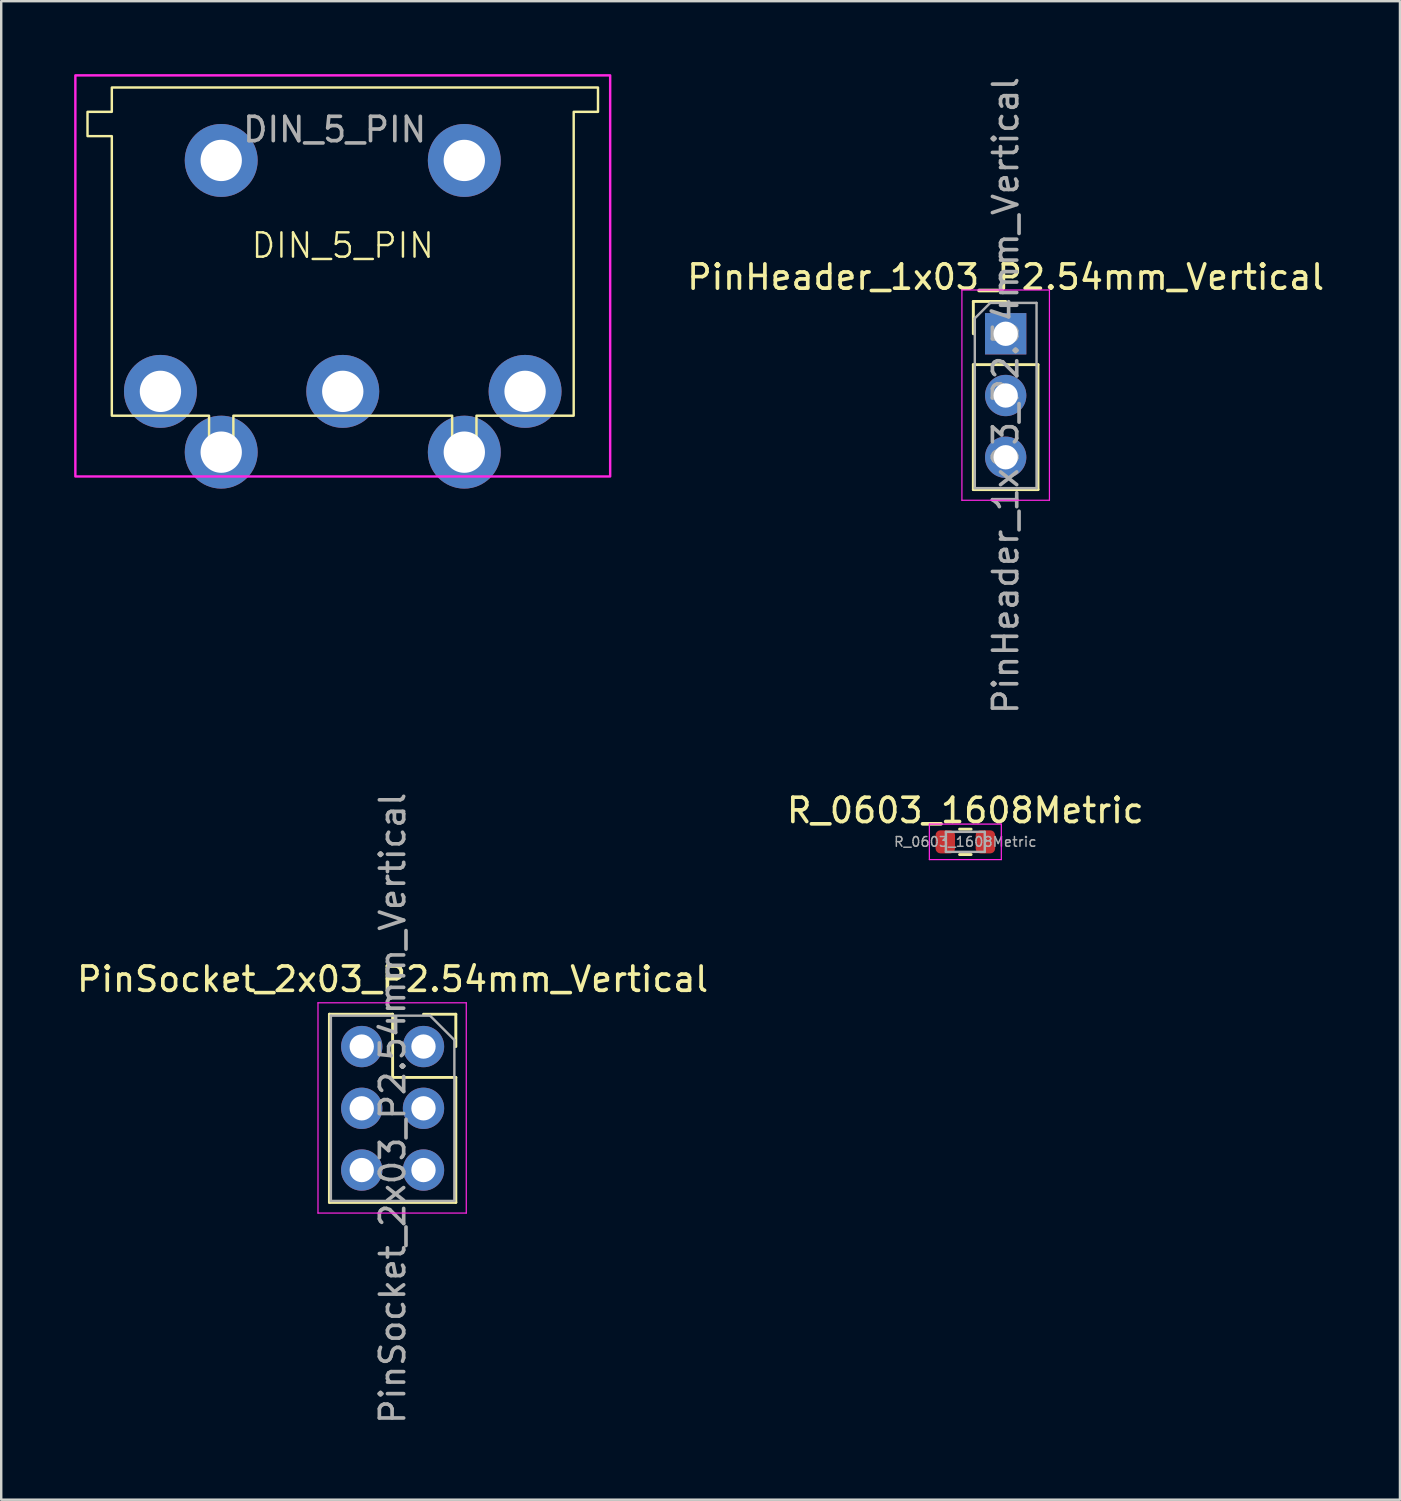
<source format=kicad_pcb>
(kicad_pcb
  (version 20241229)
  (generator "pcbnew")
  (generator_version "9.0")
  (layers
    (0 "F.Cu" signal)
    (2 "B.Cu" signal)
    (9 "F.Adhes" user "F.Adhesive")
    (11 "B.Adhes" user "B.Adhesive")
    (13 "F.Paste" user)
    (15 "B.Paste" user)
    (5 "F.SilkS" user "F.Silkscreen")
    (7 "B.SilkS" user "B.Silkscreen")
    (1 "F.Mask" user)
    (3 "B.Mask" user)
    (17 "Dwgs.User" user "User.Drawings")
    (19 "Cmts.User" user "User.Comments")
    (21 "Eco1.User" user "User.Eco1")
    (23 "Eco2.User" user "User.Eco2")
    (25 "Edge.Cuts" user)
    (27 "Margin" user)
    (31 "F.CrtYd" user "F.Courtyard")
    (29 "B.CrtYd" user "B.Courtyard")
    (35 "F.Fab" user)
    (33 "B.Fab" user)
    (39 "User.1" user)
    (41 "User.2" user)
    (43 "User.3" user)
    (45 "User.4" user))
  (footprint "PinSocket_2x03_P2.54mm_Vertical"
    (layer "F.Cu")
    (at 14.371 40.002)
    (property "Reference" "PinSocket_2x03_P2.54mm_Vertical" (at -1.27 -2.77 0) (layer "F.SilkS") (effects (font (size 1 1) (thickness 0.15))))
    (attr through_hole)
    (fp_line (start -3.87 -1.33) (end -3.87 6.41) (stroke (width 0.12) (type solid)) (layer "F.SilkS"))
    (fp_line (start -3.87 -1.33) (end -1.27 -1.33) (stroke (width 0.12) (type solid)) (layer "F.SilkS"))
    (fp_line (start -3.87 6.41) (end 1.33 6.41) (stroke (width 0.12) (type solid)) (layer "F.SilkS"))
    (fp_line (start -1.27 -1.33) (end -1.27 1.27) (stroke (width 0.12) (type solid)) (layer "F.SilkS"))
    (fp_line (start -1.27 1.27) (end 1.33 1.27) (stroke (width 0.12) (type solid)) (layer "F.SilkS"))
    (fp_line (start 0 -1.33) (end 1.33 -1.33) (stroke (width 0.12) (type solid)) (layer "F.SilkS"))
    (fp_line (start 1.33 -1.33) (end 1.33 0) (stroke (width 0.12) (type solid)) (layer "F.SilkS"))
    (fp_line (start 1.33 1.27) (end 1.33 6.41) (stroke (width 0.12) (type solid)) (layer "F.SilkS"))
    (fp_line (start -4.34 -1.8) (end 1.76 -1.8) (stroke (width 0.05) (type solid)) (layer "F.CrtYd"))
    (fp_line (start -4.34 6.85) (end -4.34 -1.8) (stroke (width 0.05) (type solid)) (layer "F.CrtYd"))
    (fp_line (start 1.76 -1.8) (end 1.76 6.85) (stroke (width 0.05) (type solid)) (layer "F.CrtYd"))
    (fp_line (start 1.76 6.85) (end -4.34 6.85) (stroke (width 0.05) (type solid)) (layer "F.CrtYd"))
    (fp_line (start -3.81 -1.27) (end 0.27 -1.27) (stroke (width 0.1) (type solid)) (layer "F.Fab"))
    (fp_line (start -3.81 6.35) (end -3.81 -1.27) (stroke (width 0.1) (type solid)) (layer "F.Fab"))
    (fp_line (start 0.27 -1.27) (end 1.27 -0.27) (stroke (width 0.1) (type solid)) (layer "F.Fab"))
    (fp_line (start 1.27 -0.27) (end 1.27 6.35) (stroke (width 0.1) (type solid)) (layer "F.Fab"))
    (fp_line (start 1.27 6.35) (end -3.81 6.35) (stroke (width 0.1) (type solid)) (layer "F.Fab"))
    (fp_text user "${REFERENCE}" (at -1.27 2.54 90) (layer "F.Fab") (effects (font (size 1 1) (thickness 0.15))))
    (pad "1" thru_hole circle (at 0 0) (size 1.7 1.7) (drill 1) (layers "*.Cu" "*.Mask"))
    (pad "2" thru_hole oval (at -2.54 0) (size 1.7 1.7) (drill 1) (layers "*.Cu" "*.Mask"))
    (pad "3" thru_hole oval (at 0 2.54) (size 1.7 1.7) (drill 1) (layers "*.Cu" "*.Mask"))
    (pad "4" thru_hole oval (at -2.54 2.54) (size 1.7 1.7) (drill 1) (layers "*.Cu" "*.Mask"))
    (pad "5" thru_hole oval (at 0 5.08) (size 1.7 1.7) (drill 1) (layers "*.Cu" "*.Mask"))
    (pad "6" thru_hole oval (at -2.54 5.08) (size 1.7 1.7) (drill 1) (layers "*.Cu" "*.Mask")))
  (footprint "DIN_5_PIN"
    (layer "F.Cu")
    (at 11.05 7.05)
    (property "Reference" "DIN_5_PIN" (at 0 0 0) (unlocked yes) (layer "F.SilkS") (effects (font (size 1 1) (thickness 0.1))))
    (attr through_hole)
    (fp_poly (pts (xy -10.5 -5.5) (xy -9.5 -5.5) (xy -9.5 -6.5) (xy 9.5 -6.5) (xy 10.5 -6.5) (xy 10.5 -5.5) (xy 9.5 -5.5) (xy 9.5 7) (xy 5.5 7) (xy 5.5 9) (xy 4.5 9) (xy 4.5 7) (xy -4.5 7) (xy -4.5 9) (xy -5.5 9) (xy -5.5 7) (xy -9.5 7) (xy -9.5 -2) (xy -9.5 -4.5) (xy -10.5 -4.5)) (stroke (width 0.1) (type solid)) (fill no) (layer "F.SilkS"))
    (fp_rect (start -11 -7) (end 11 9.5) (stroke (width 0.1) (type solid)) (fill no) (layer "F.CrtYd"))
    (fp_text user "${REFERENCE}" (at -0.334 -4.77 0) (unlocked yes) (layer "F.Fab") (effects (font (size 1 1) (thickness 0.15))))
    (pad "1" thru_hole circle (at -7.5 6) (size 3 3) (drill 1.7) (layers "*.Cu" "*.Mask"))
    (pad "2" thru_hole circle (at 0 6) (size 3 3) (drill 1.7) (layers "*.Cu" "*.Mask"))
    (pad "3" thru_hole circle (at 7.5 6) (size 3 3) (drill 1.7) (layers "*.Cu" "*.Mask"))
    (pad "4" thru_hole circle (at -5 8.5) (size 3 3) (drill 1.7) (layers "*.Cu" "*.Mask"))
    (pad "5" thru_hole circle (at 5 8.5) (size 3 3) (drill 1.7) (layers "*.Cu" "*.Mask"))
    (pad "6" thru_hole circle (at -5 -3.5) (size 3 3) (drill 1.7) (layers "*.Cu" "*.Mask"))
    (pad "7" thru_hole circle (at 5 -3.5) (size 3 3) (drill 1.7) (layers "*.Cu" "*.Mask")))
  (footprint "R_0603_1608Metric"
    (layer "F.Cu")
    (at 36.661 31.581)
    (property "Reference" "R_0603_1608Metric" (at 0 -1.292 0) (layer "F.SilkS") (effects (font (size 1 1) (thickness 0.15))))
    (attr smd)
    (fp_line (start -0.237 -0.522) (end 0.237 -0.522) (stroke (width 0.12) (type solid)) (layer "F.SilkS"))
    (fp_line (start -0.237 0.522) (end 0.237 0.522) (stroke (width 0.12) (type solid)) (layer "F.SilkS"))
    (fp_line (start -1.48 -0.73) (end 1.48 -0.73) (stroke (width 0.05) (type solid)) (layer "F.CrtYd"))
    (fp_line (start -1.48 0.73) (end -1.48 -0.73) (stroke (width 0.05) (type solid)) (layer "F.CrtYd"))
    (fp_line (start 1.48 -0.73) (end 1.48 0.73) (stroke (width 0.05) (type solid)) (layer "F.CrtYd"))
    (fp_line (start 1.48 0.73) (end -1.48 0.73) (stroke (width 0.05) (type solid)) (layer "F.CrtYd"))
    (fp_line (start -0.8 -0.412) (end 0.8 -0.412) (stroke (width 0.1) (type solid)) (layer "F.Fab"))
    (fp_line (start -0.8 0.412) (end -0.8 -0.412) (stroke (width 0.1) (type solid)) (layer "F.Fab"))
    (fp_line (start 0.8 -0.412) (end 0.8 0.412) (stroke (width 0.1) (type solid)) (layer "F.Fab"))
    (fp_line (start 0.8 0.412) (end -0.8 0.412) (stroke (width 0.1) (type solid)) (layer "F.Fab"))
    (fp_text user "${REFERENCE}" (at 0 0 0) (layer "F.Fab") (effects (font (size 0.4 0.4) (thickness 0.06))))
    (pad "1" smd roundrect (at -0.825 0 180) (size 0.8 0.95) (layers "F.Cu" "F.Mask" "F.Paste") (roundrect_rratio 0.25))
    (pad "2" smd roundrect (at 0.825 0 180) (size 0.8 0.95) (layers "F.Cu" "F.Mask" "F.Paste") (roundrect_rratio 0.25)))
  (footprint "PinHeader_1x03_P2.54mm_Vertical"
    (layer "F.Cu")
    (at 38.32 10.68)
    (property "Reference" "PinHeader_1x03_P2.54mm_Vertical" (at 0 -2.33 180) (layer "F.SilkS") (effects (font (size 1 1) (thickness 0.15))))
    (attr through_hole)
    (fp_line (start -1.33 -1.33) (end 0 -1.33) (stroke (width 0.12) (type solid)) (layer "F.SilkS"))
    (fp_line (start -1.33 0) (end -1.33 -1.33) (stroke (width 0.12) (type solid)) (layer "F.SilkS"))
    (fp_line (start -1.33 1.27) (end -1.33 6.41) (stroke (width 0.12) (type solid)) (layer "F.SilkS"))
    (fp_line (start -1.33 1.27) (end 1.33 1.27) (stroke (width 0.12) (type solid)) (layer "F.SilkS"))
    (fp_line (start -1.33 6.41) (end 1.33 6.41) (stroke (width 0.12) (type solid)) (layer "F.SilkS"))
    (fp_line (start 1.33 1.27) (end 1.33 6.41) (stroke (width 0.12) (type solid)) (layer "F.SilkS"))
    (fp_line (start -1.8 -1.8) (end -1.8 6.85) (stroke (width 0.05) (type solid)) (layer "F.CrtYd"))
    (fp_line (start -1.8 6.85) (end 1.8 6.85) (stroke (width 0.05) (type solid)) (layer "F.CrtYd"))
    (fp_line (start 1.8 -1.8) (end -1.8 -1.8) (stroke (width 0.05) (type solid)) (layer "F.CrtYd"))
    (fp_line (start 1.8 6.85) (end 1.8 -1.8) (stroke (width 0.05) (type solid)) (layer "F.CrtYd"))
    (fp_line (start -1.27 -0.635) (end -0.635 -1.27) (stroke (width 0.1) (type solid)) (layer "F.Fab"))
    (fp_line (start -1.27 6.35) (end -1.27 -0.635) (stroke (width 0.1) (type solid)) (layer "F.Fab"))
    (fp_line (start -0.635 -1.27) (end 1.27 -1.27) (stroke (width 0.1) (type solid)) (layer "F.Fab"))
    (fp_line (start 1.27 -1.27) (end 1.27 6.35) (stroke (width 0.1) (type solid)) (layer "F.Fab"))
    (fp_line (start 1.27 6.35) (end -1.27 6.35) (stroke (width 0.1) (type solid)) (layer "F.Fab"))
    (fp_text user "${REFERENCE}" (at 0 2.54 90) (layer "F.Fab") (effects (font (size 1 1) (thickness 0.15))))
    (pad "1" thru_hole rect (at 0 0) (size 1.7 1.7) (drill 1) (layers "*.Cu" "*.Mask"))
    (pad "2" thru_hole oval (at 0 2.54) (size 1.7 1.7) (drill 1) (layers "*.Cu" "*.Mask"))
    (pad "3" thru_hole oval (at 0 5.08) (size 1.7 1.7) (drill 1) (layers "*.Cu" "*.Mask")))
  (gr_rect
    (start -3 -3)
    (end 54.54 58.643)
    (stroke (width 0.1) (type default))
    (fill no)
    (layer "Edge.Cuts")))
</source>
